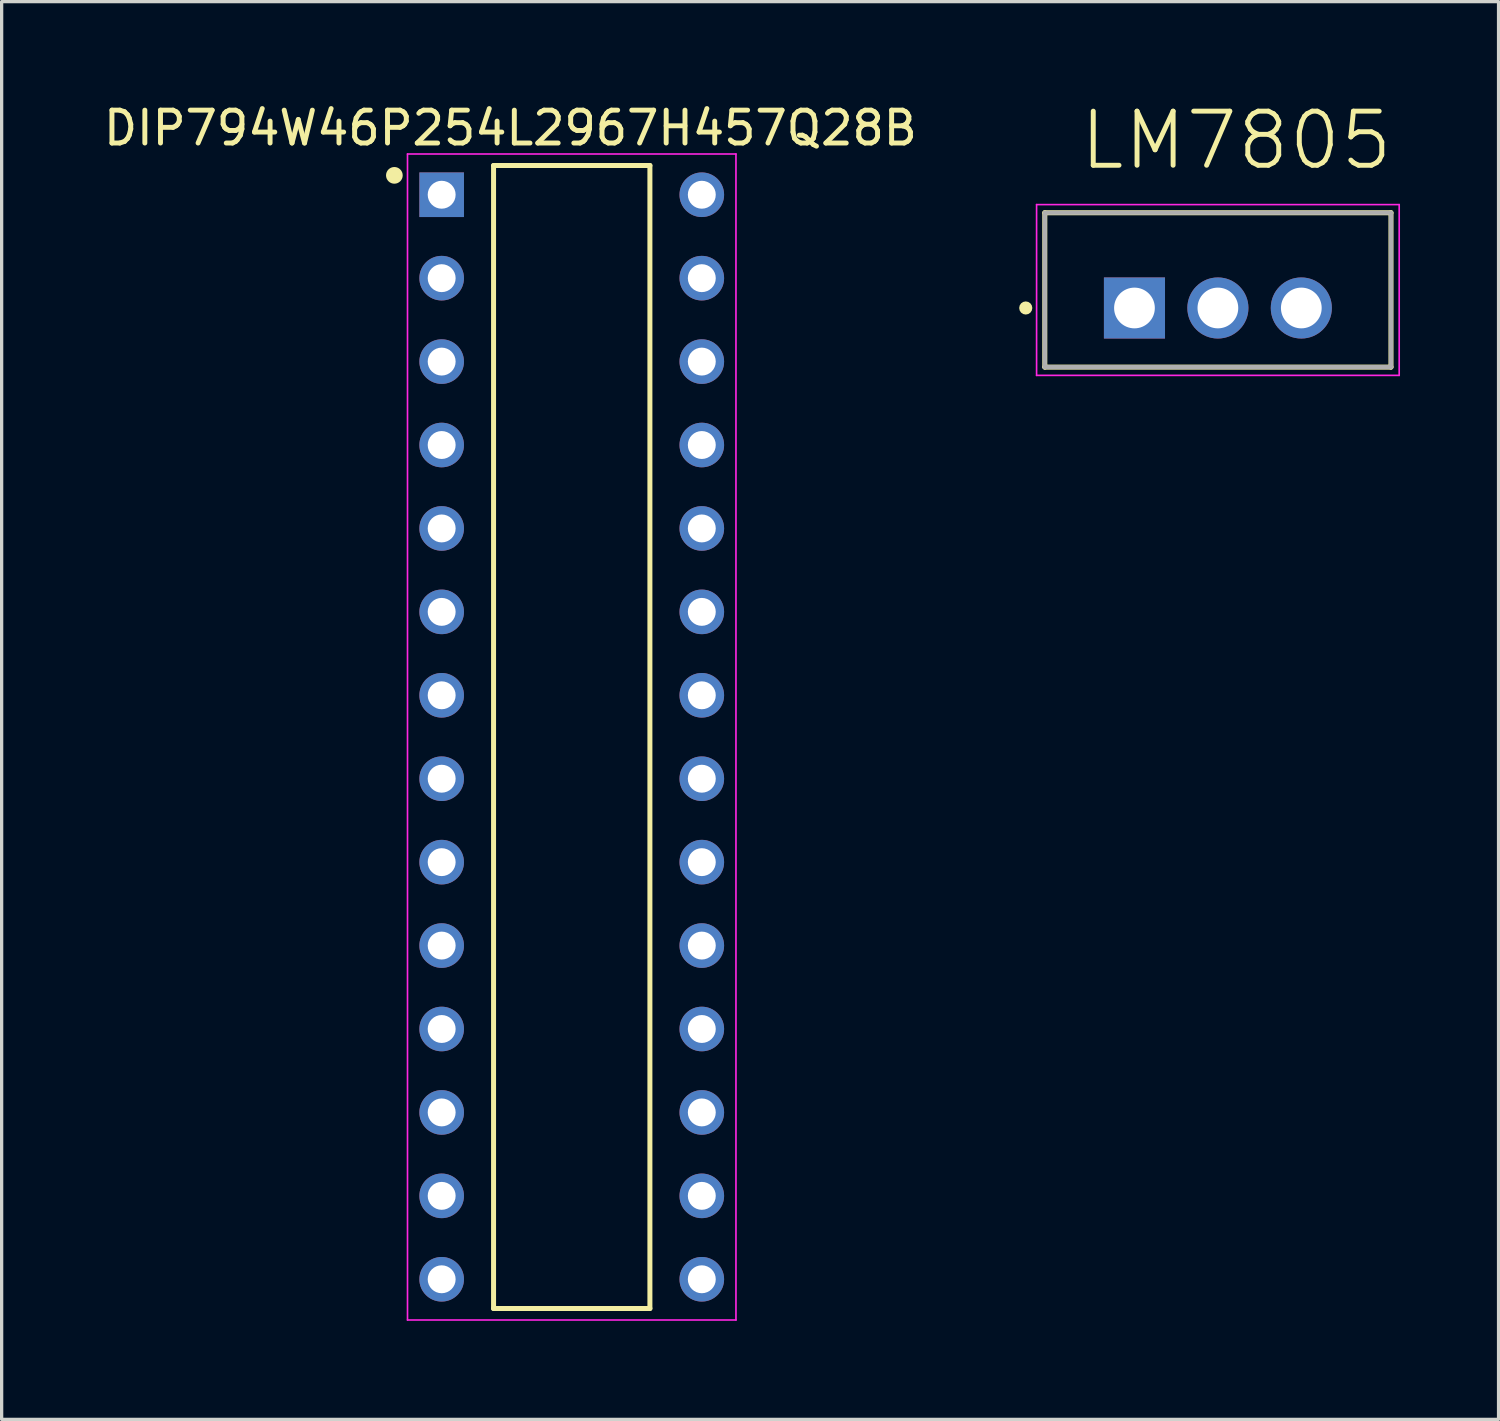
<source format=kicad_pcb>
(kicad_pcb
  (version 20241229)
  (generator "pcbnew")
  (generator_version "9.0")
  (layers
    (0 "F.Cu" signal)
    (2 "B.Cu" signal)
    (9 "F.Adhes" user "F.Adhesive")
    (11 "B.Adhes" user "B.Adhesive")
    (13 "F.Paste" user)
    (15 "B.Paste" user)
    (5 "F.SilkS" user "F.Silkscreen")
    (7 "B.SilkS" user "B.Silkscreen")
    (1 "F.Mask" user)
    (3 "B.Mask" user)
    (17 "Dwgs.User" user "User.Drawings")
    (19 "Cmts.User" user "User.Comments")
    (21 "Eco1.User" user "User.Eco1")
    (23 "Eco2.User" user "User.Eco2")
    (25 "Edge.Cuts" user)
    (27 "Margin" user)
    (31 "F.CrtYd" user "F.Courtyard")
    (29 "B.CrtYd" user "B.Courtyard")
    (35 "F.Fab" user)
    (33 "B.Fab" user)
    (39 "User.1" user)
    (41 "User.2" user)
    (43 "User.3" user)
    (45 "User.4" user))
  (footprint "DIP794W46P254L2967H457Q28B"
    (layer "F.Cu")
    (at 14.357 19.389)
    (property "Reference" "DIP794W46P254L2967H457Q28B" (at -1.867 -18.54 0) (layer "F.SilkS") (effects (font (size 1.001 1.001) (thickness 0.15))))
    (attr through_hole)
    (fp_line (start -2.38 -17.4) (end -2.38 17.4) (stroke (width 0.152) (type solid)) (layer "F.SilkS"))
    (fp_line (start 2.38 -17.4) (end -2.38 -17.4) (stroke (width 0.152) (type solid)) (layer "F.SilkS"))
    (fp_line (start 2.38 17.4) (end -2.38 17.4) (stroke (width 0.152) (type solid)) (layer "F.SilkS"))
    (fp_line (start 2.38 17.4) (end 2.38 -17.4) (stroke (width 0.152) (type solid)) (layer "F.SilkS"))
    (fp_circle (center -5.4 -17.1) (end -5.146 -17.1) (stroke (width 0) (type solid)) (fill yes) (layer "F.SilkS"))
    (fp_line (start -5 -17.75) (end 5 -17.75) (stroke (width 0.05) (type solid)) (layer "F.CrtYd"))
    (fp_line (start -5 17.75) (end -5 -17.75) (stroke (width 0.05) (type solid)) (layer "F.CrtYd"))
    (fp_line (start 5 -17.75) (end 5 17.75) (stroke (width 0.05) (type solid)) (layer "F.CrtYd"))
    (fp_line (start 5 17.75) (end -5 17.75) (stroke (width 0.05) (type solid)) (layer "F.CrtYd"))
    (pad "1" thru_hole rect (at -3.96 -16.51) (size 1.358 1.358) (drill 0.85) (layers "*.Cu" "*.Mask"))
    (pad "2" thru_hole circle (at -3.96 -13.97) (size 1.358 1.358) (drill 0.85) (layers "*.Cu" "*.Mask"))
    (pad "3" thru_hole circle (at -3.96 -11.43) (size 1.358 1.358) (drill 0.85) (layers "*.Cu" "*.Mask"))
    (pad "4" thru_hole circle (at -3.96 -8.89) (size 1.358 1.358) (drill 0.85) (layers "*.Cu" "*.Mask"))
    (pad "5" thru_hole circle (at -3.96 -6.35) (size 1.358 1.358) (drill 0.85) (layers "*.Cu" "*.Mask"))
    (pad "6" thru_hole circle (at -3.96 -3.81) (size 1.358 1.358) (drill 0.85) (layers "*.Cu" "*.Mask"))
    (pad "7" thru_hole circle (at -3.96 -1.27) (size 1.358 1.358) (drill 0.85) (layers "*.Cu" "*.Mask"))
    (pad "8" thru_hole circle (at -3.96 1.27) (size 1.358 1.358) (drill 0.85) (layers "*.Cu" "*.Mask"))
    (pad "9" thru_hole circle (at -3.96 3.81) (size 1.358 1.358) (drill 0.85) (layers "*.Cu" "*.Mask"))
    (pad "10" thru_hole circle (at -3.96 6.35) (size 1.358 1.358) (drill 0.85) (layers "*.Cu" "*.Mask"))
    (pad "11" thru_hole circle (at -3.96 8.89) (size 1.358 1.358) (drill 0.85) (layers "*.Cu" "*.Mask"))
    (pad "12" thru_hole circle (at -3.96 11.43) (size 1.358 1.358) (drill 0.85) (layers "*.Cu" "*.Mask"))
    (pad "13" thru_hole circle (at -3.96 13.97) (size 1.358 1.358) (drill 0.85) (layers "*.Cu" "*.Mask"))
    (pad "14" thru_hole circle (at -3.96 16.51) (size 1.358 1.358) (drill 0.85) (layers "*.Cu" "*.Mask"))
    (pad "15" thru_hole circle (at 3.96 16.51) (size 1.358 1.358) (drill 0.85) (layers "*.Cu" "*.Mask"))
    (pad "16" thru_hole circle (at 3.96 13.97) (size 1.358 1.358) (drill 0.85) (layers "*.Cu" "*.Mask"))
    (pad "17" thru_hole circle (at 3.96 11.43) (size 1.358 1.358) (drill 0.85) (layers "*.Cu" "*.Mask"))
    (pad "18" thru_hole circle (at 3.96 8.89) (size 1.358 1.358) (drill 0.85) (layers "*.Cu" "*.Mask"))
    (pad "19" thru_hole circle (at 3.96 6.35) (size 1.358 1.358) (drill 0.85) (layers "*.Cu" "*.Mask"))
    (pad "20" thru_hole circle (at 3.96 3.81) (size 1.358 1.358) (drill 0.85) (layers "*.Cu" "*.Mask"))
    (pad "21" thru_hole circle (at 3.96 1.27) (size 1.358 1.358) (drill 0.85) (layers "*.Cu" "*.Mask"))
    (pad "22" thru_hole circle (at 3.96 -1.27) (size 1.358 1.358) (drill 0.85) (layers "*.Cu" "*.Mask"))
    (pad "23" thru_hole circle (at 3.96 -3.81) (size 1.358 1.358) (drill 0.85) (layers "*.Cu" "*.Mask"))
    (pad "24" thru_hole circle (at 3.96 -6.35) (size 1.358 1.358) (drill 0.85) (layers "*.Cu" "*.Mask"))
    (pad "25" thru_hole circle (at 3.96 -8.89) (size 1.358 1.358) (drill 0.85) (layers "*.Cu" "*.Mask"))
    (pad "26" thru_hole circle (at 3.96 -11.43) (size 1.358 1.358) (drill 0.85) (layers "*.Cu" "*.Mask"))
    (pad "27" thru_hole circle (at 3.96 -13.97) (size 1.358 1.358) (drill 0.85) (layers "*.Cu" "*.Mask"))
    (pad "28" thru_hole circle (at 3.96 -16.51) (size 1.358 1.358) (drill 0.85) (layers "*.Cu" "*.Mask")))
  (footprint "LM7805"
    (layer "F.Cu")
    (at 31.49 6.327)
    (property "Reference" "LM7805" (at 3.098 -5.1 0) (layer "F.SilkS") (effects (font (size 1.647 1.647) (thickness 0.15))))
    (attr through_hole)
    (fp_line (start -2.73 -2.9) (end 7.81 -2.9) (stroke (width 0.152) (type solid)) (layer "F.SilkS"))
    (fp_line (start -2.73 1.8) (end -2.73 -2.9) (stroke (width 0.152) (type solid)) (layer "F.SilkS"))
    (fp_line (start 7.81 -2.9) (end 7.81 1.8) (stroke (width 0.152) (type solid)) (layer "F.SilkS"))
    (fp_line (start 7.81 1.8) (end -2.73 1.8) (stroke (width 0.152) (type solid)) (layer "F.SilkS"))
    (fp_circle (center -3.31 0) (end -3.21 0) (stroke (width 0.2) (type solid)) (fill no) (layer "F.SilkS"))
    (fp_line (start -2.98 -3.148) (end 8.06 -3.148) (stroke (width 0.05) (type solid)) (layer "F.CrtYd"))
    (fp_line (start -2.98 2.052) (end -2.98 -3.148) (stroke (width 0.05) (type solid)) (layer "F.CrtYd"))
    (fp_line (start 8.06 -3.148) (end 8.06 2.052) (stroke (width 0.05) (type solid)) (layer "F.CrtYd"))
    (fp_line (start 8.06 2.052) (end -2.98 2.052) (stroke (width 0.05) (type solid)) (layer "F.CrtYd"))
    (fp_line (start -2.73 -2.9) (end 7.81 -2.9) (stroke (width 0.127) (type solid)) (layer "F.Fab"))
    (fp_line (start -2.73 1.8) (end -2.73 -2.9) (stroke (width 0.127) (type solid)) (layer "F.Fab"))
    (fp_line (start 7.81 -2.9) (end 7.81 1.8) (stroke (width 0.127) (type solid)) (layer "F.Fab"))
    (fp_line (start 7.81 1.8) (end -2.73 1.8) (stroke (width 0.127) (type solid)) (layer "F.Fab"))
    (pad "1" thru_hole rect (at 0 0) (size 1.86 1.86) (drill 1.24) (layers "*.Cu" "*.Mask"))
    (pad "2" thru_hole circle (at 2.54 0) (size 1.86 1.86) (drill 1.24) (layers "*.Cu" "*.Mask"))
    (pad "3" thru_hole circle (at 5.08 0) (size 1.86 1.86) (drill 1.24) (layers "*.Cu" "*.Mask")))
  (gr_rect
    (start -3 -3)
    (end 42.575 40.164)
    (stroke (width 0.1) (type default))
    (fill no)
    (layer "Edge.Cuts")))
</source>
